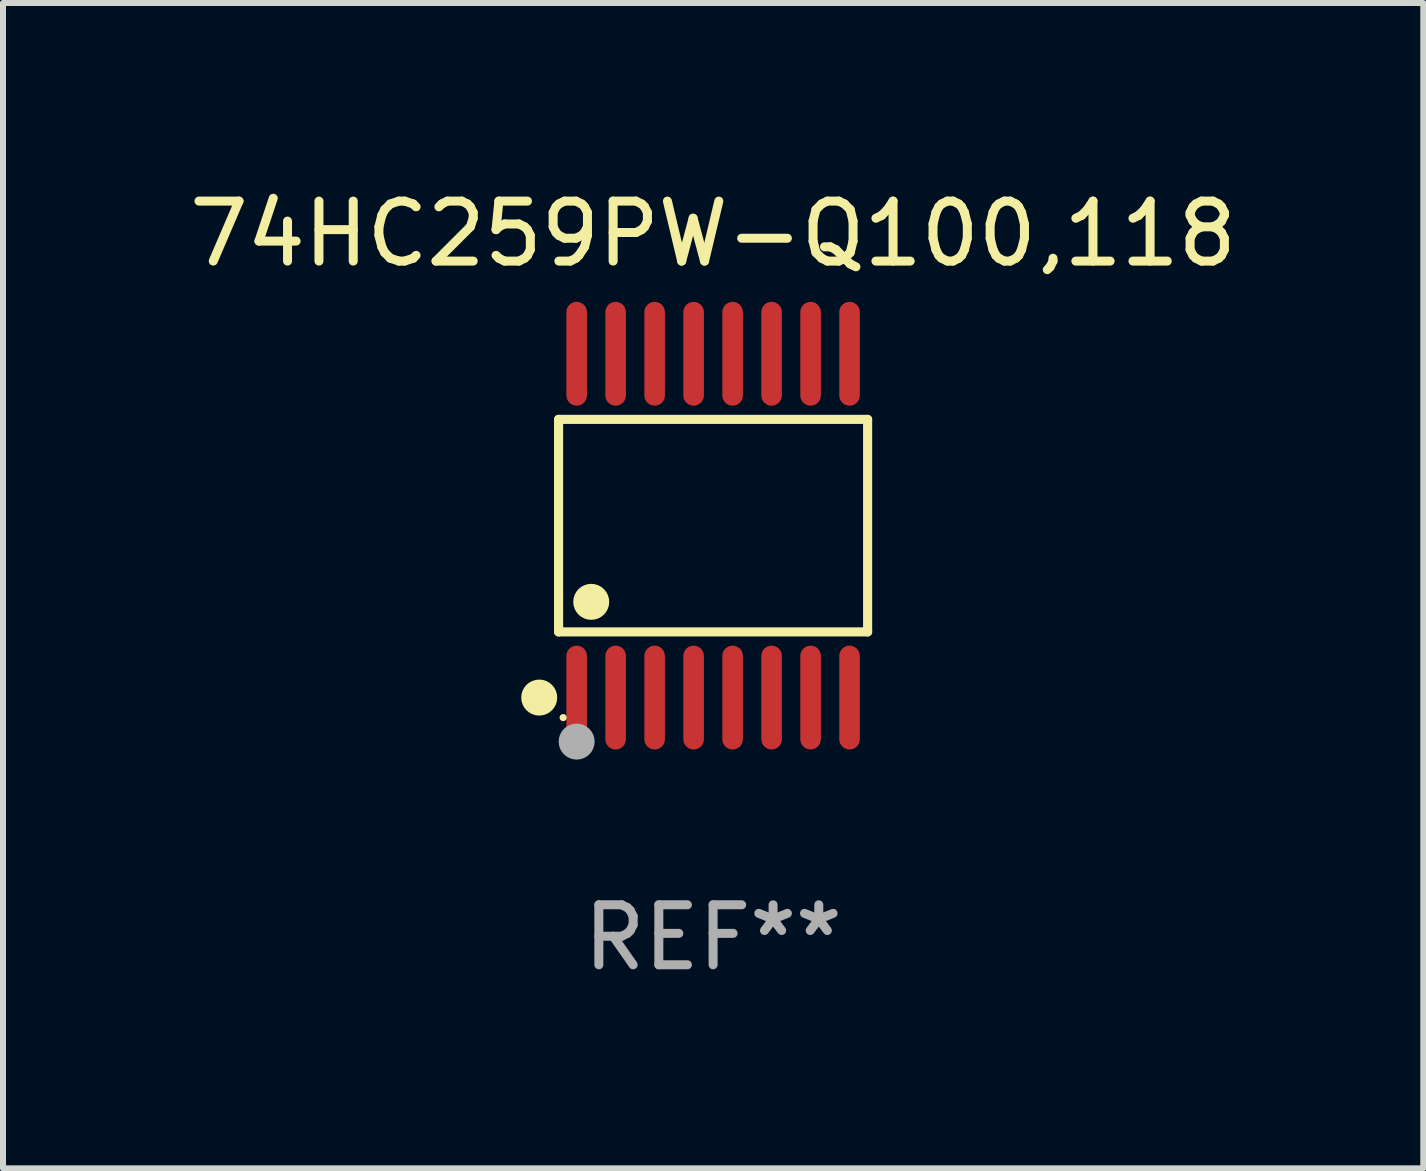
<source format=kicad_pcb>
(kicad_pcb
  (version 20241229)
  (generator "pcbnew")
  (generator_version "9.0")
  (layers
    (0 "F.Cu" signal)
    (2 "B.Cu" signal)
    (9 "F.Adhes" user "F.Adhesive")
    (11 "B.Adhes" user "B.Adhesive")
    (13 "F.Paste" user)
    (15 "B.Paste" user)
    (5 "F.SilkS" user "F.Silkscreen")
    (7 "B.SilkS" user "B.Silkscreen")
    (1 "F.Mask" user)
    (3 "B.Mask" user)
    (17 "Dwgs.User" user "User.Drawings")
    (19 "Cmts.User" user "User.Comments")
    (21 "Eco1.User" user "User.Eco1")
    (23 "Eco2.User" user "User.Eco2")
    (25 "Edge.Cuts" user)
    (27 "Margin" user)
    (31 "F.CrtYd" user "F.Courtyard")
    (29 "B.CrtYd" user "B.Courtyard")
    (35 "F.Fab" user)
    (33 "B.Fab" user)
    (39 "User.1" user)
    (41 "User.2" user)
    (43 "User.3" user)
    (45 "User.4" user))
  (footprint "74HC259PW-Q100,118"
    (layer "F.Cu")
    (at 8.839 5.714)
    (property "Reference" "74HC259PW-Q100,118" (at 0 -4.866 0) (layer "F.SilkS") (effects (font (size 1 1) (thickness 0.15))))
    (attr through_hole)
    (fp_line (start -2.576 -1.772) (end 2.576 -1.772) (stroke (width 0.152) (type solid)) (layer "F.SilkS"))
    (fp_line (start -2.576 1.771) (end -2.576 -1.772) (stroke (width 0.152) (type solid)) (layer "F.SilkS"))
    (fp_line (start 2.576 -1.772) (end 2.576 1.771) (stroke (width 0.152) (type solid)) (layer "F.SilkS"))
    (fp_line (start 2.576 1.771) (end -2.576 1.771) (stroke (width 0.152) (type solid)) (layer "F.SilkS"))
    (fp_circle (center -2.899 2.866) (end -2.749 2.866) (stroke (width 0.3) (type solid)) (fill no) (layer "F.SilkS"))
    (fp_circle (center -2.5 3.2) (end -2.47 3.2) (stroke (width 0.06) (type solid)) (fill no) (layer "F.SilkS"))
    (fp_circle (center -2.032 1.27) (end -1.882 1.27) (stroke (width 0.3) (type solid)) (fill no) (layer "F.SilkS"))
    (fp_circle (center -2.275 3.6) (end -2.125 3.6) (stroke (width 0.3) (type solid)) (fill no) (layer "F.Fab"))
    (fp_text user "REF**" (at 0 6.866 0) (layer "F.Fab") (effects (font (size 1 1) (thickness 0.15))))
    (pad "1" smd oval (at -2.275 2.866) (size 0.343 1.731) (layers "F.Cu" "F.Mask" "F.Paste"))
    (pad "2" smd oval (at -1.625 2.866) (size 0.343 1.731) (layers "F.Cu" "F.Mask" "F.Paste"))
    (pad "3" smd oval (at -0.975 2.866) (size 0.343 1.731) (layers "F.Cu" "F.Mask" "F.Paste"))
    (pad "4" smd oval (at -0.325 2.866) (size 0.343 1.731) (layers "F.Cu" "F.Mask" "F.Paste"))
    (pad "5" smd oval (at 0.325 2.866) (size 0.343 1.731) (layers "F.Cu" "F.Mask" "F.Paste"))
    (pad "6" smd oval (at 0.975 2.866) (size 0.343 1.731) (layers "F.Cu" "F.Mask" "F.Paste"))
    (pad "7" smd oval (at 1.625 2.866) (size 0.343 1.731) (layers "F.Cu" "F.Mask" "F.Paste"))
    (pad "8" smd oval (at 2.275 2.866) (size 0.343 1.731) (layers "F.Cu" "F.Mask" "F.Paste"))
    (pad "9" smd oval (at 2.275 -2.866) (size 0.343 1.731) (layers "F.Cu" "F.Mask" "F.Paste"))
    (pad "10" smd oval (at 1.625 -2.866) (size 0.343 1.731) (layers "F.Cu" "F.Mask" "F.Paste"))
    (pad "11" smd oval (at 0.975 -2.866) (size 0.343 1.731) (layers "F.Cu" "F.Mask" "F.Paste"))
    (pad "12" smd oval (at 0.325 -2.866) (size 0.343 1.731) (layers "F.Cu" "F.Mask" "F.Paste"))
    (pad "13" smd oval (at -0.325 -2.866) (size 0.343 1.731) (layers "F.Cu" "F.Mask" "F.Paste"))
    (pad "14" smd oval (at -0.975 -2.866) (size 0.343 1.731) (layers "F.Cu" "F.Mask" "F.Paste"))
    (pad "15" smd oval (at -1.625 -2.866) (size 0.343 1.731) (layers "F.Cu" "F.Mask" "F.Paste"))
    (pad "16" smd oval (at -2.275 -2.866) (size 0.343 1.731) (layers "F.Cu" "F.Mask" "F.Paste")))
  (gr_rect
    (start -3 -3)
    (end 20.679 16.428)
    (stroke (width 0.1) (type default))
    (fill no)
    (layer "Edge.Cuts")))
</source>
